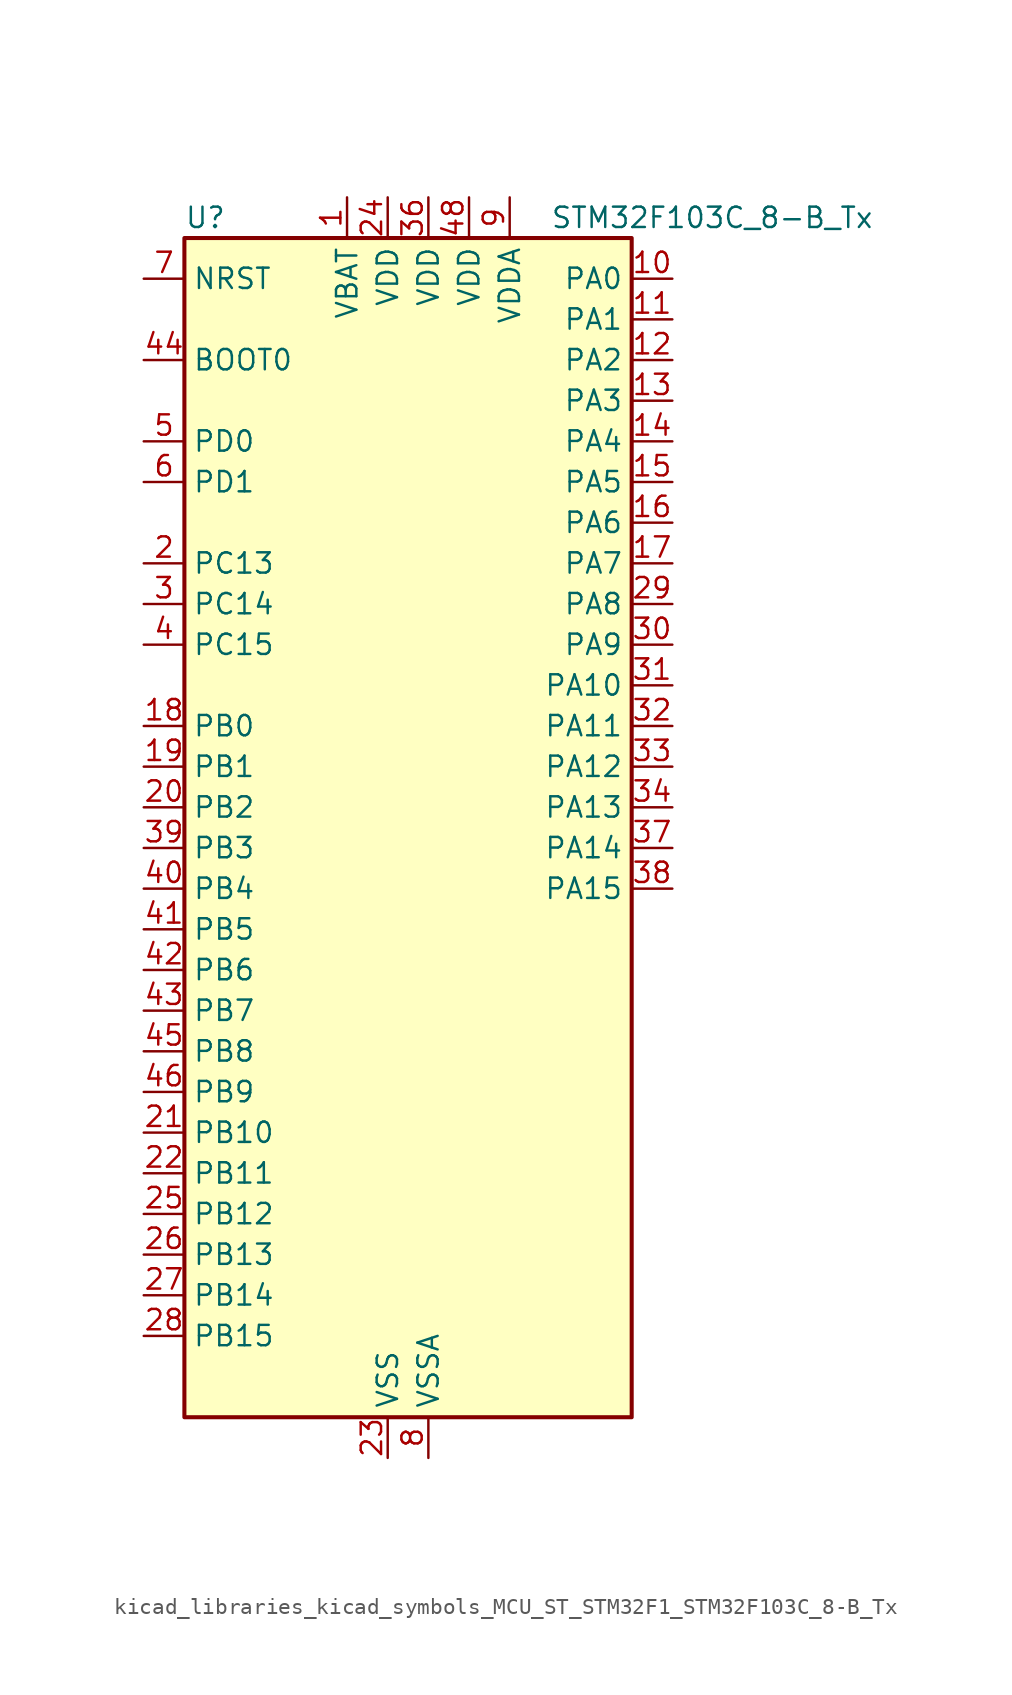
<source format=kicad_sym>
(kicad_symbol_lib
  (version 20220914)
  (generator kicad_symbol_editor)
  (symbol "kicad_libraries_kicad_symbols_MCU_ST_STM32F1_STM32F103C_8-B_Tx"
    (property "Reference" "U"
      (at -12.7 39.37 0)
      (effects (font (size 1.27 1.27)) (justify left)))
    (property "Value" "STM32F103C_8-B_Tx"
      (at 10.16 39.37 0)
      (effects (font (size 1.27 1.27)) (justify left)))
    (property "ki_locked" ""
      (at 0 0 0)
      (effects (font (size 1.27 1.27))))
    (symbol "kicad_libraries_kicad_symbols_MCU_ST_STM32F1_STM32F103C_8-B_Tx_0_1"
      (rectangle (start -12.7 -35.56) (end 15.24 38.1) (stroke (width 0.254) (type default)) (fill (type background))))
    (symbol "kicad_libraries_kicad_symbols_MCU_ST_STM32F1_STM32F103C_8-B_Tx_1_1"
      (pin power_in line (at -2.54 40.64 270) (length 2.54) (name "VBAT" (effects (font (size 1.27 1.27)))) (number "1" (effects (font (size 1.27 1.27)))))
      (pin bidirectional line (at 17.78 35.56 180) (length 2.54) (name "PA0" (effects (font (size 1.27 1.27)))) (number "10" (effects (font (size 1.27 1.27)))) (alternate "ADC1_IN0" bidirectional line) (alternate "ADC2_IN0" bidirectional line) (alternate "SYS_WKUP" bidirectional line) (alternate "TIM2_CH1" bidirectional line) (alternate "TIM2_ETR" bidirectional line) (alternate "USART2_CTS" bidirectional line))
      (pin bidirectional line (at 17.78 33.02 180) (length 2.54) (name "PA1" (effects (font (size 1.27 1.27)))) (number "11" (effects (font (size 1.27 1.27)))) (alternate "ADC1_IN1" bidirectional line) (alternate "ADC2_IN1" bidirectional line) (alternate "TIM2_CH2" bidirectional line) (alternate "USART2_RTS" bidirectional line))
      (pin bidirectional line (at 17.78 30.48 180) (length 2.54) (name "PA2" (effects (font (size 1.27 1.27)))) (number "12" (effects (font (size 1.27 1.27)))) (alternate "ADC1_IN2" bidirectional line) (alternate "ADC2_IN2" bidirectional line) (alternate "TIM2_CH3" bidirectional line) (alternate "USART2_TX" bidirectional line))
      (pin bidirectional line (at 17.78 27.94 180) (length 2.54) (name "PA3" (effects (font (size 1.27 1.27)))) (number "13" (effects (font (size 1.27 1.27)))) (alternate "ADC1_IN3" bidirectional line) (alternate "ADC2_IN3" bidirectional line) (alternate "TIM2_CH4" bidirectional line) (alternate "USART2_RX" bidirectional line))
      (pin bidirectional line (at 17.78 25.4 180) (length 2.54) (name "PA4" (effects (font (size 1.27 1.27)))) (number "14" (effects (font (size 1.27 1.27)))) (alternate "ADC1_IN4" bidirectional line) (alternate "ADC2_IN4" bidirectional line) (alternate "SPI1_NSS" bidirectional line) (alternate "USART2_CK" bidirectional line))
      (pin bidirectional line (at 17.78 22.86 180) (length 2.54) (name "PA5" (effects (font (size 1.27 1.27)))) (number "15" (effects (font (size 1.27 1.27)))) (alternate "ADC1_IN5" bidirectional line) (alternate "ADC2_IN5" bidirectional line) (alternate "SPI1_SCK" bidirectional line))
      (pin bidirectional line (at 17.78 20.32 180) (length 2.54) (name "PA6" (effects (font (size 1.27 1.27)))) (number "16" (effects (font (size 1.27 1.27)))) (alternate "ADC1_IN6" bidirectional line) (alternate "ADC2_IN6" bidirectional line) (alternate "SPI1_MISO" bidirectional line) (alternate "TIM1_BKIN" bidirectional line) (alternate "TIM3_CH1" bidirectional line))
      (pin bidirectional line (at 17.78 17.78 180) (length 2.54) (name "PA7" (effects (font (size 1.27 1.27)))) (number "17" (effects (font (size 1.27 1.27)))) (alternate "ADC1_IN7" bidirectional line) (alternate "ADC2_IN7" bidirectional line) (alternate "SPI1_MOSI" bidirectional line) (alternate "TIM1_CH1N" bidirectional line) (alternate "TIM3_CH2" bidirectional line))
      (pin bidirectional line (at -15.24 7.62 0) (length 2.54) (name "PB0" (effects (font (size 1.27 1.27)))) (number "18" (effects (font (size 1.27 1.27)))) (alternate "ADC1_IN8" bidirectional line) (alternate "ADC2_IN8" bidirectional line) (alternate "TIM1_CH2N" bidirectional line) (alternate "TIM3_CH3" bidirectional line))
      (pin bidirectional line (at -15.24 5.08 0) (length 2.54) (name "PB1" (effects (font (size 1.27 1.27)))) (number "19" (effects (font (size 1.27 1.27)))) (alternate "ADC1_IN9" bidirectional line) (alternate "ADC2_IN9" bidirectional line) (alternate "TIM1_CH3N" bidirectional line) (alternate "TIM3_CH4" bidirectional line))
      (pin bidirectional line (at -15.24 17.78 0) (length 2.54) (name "PC13" (effects (font (size 1.27 1.27)))) (number "2" (effects (font (size 1.27 1.27)))) (alternate "RTC_OUT" bidirectional line) (alternate "RTC_TAMPER" bidirectional line))
      (pin bidirectional line (at -15.24 2.54 0) (length 2.54) (name "PB2" (effects (font (size 1.27 1.27)))) (number "20" (effects (font (size 1.27 1.27)))))
      (pin bidirectional line (at -15.24 -17.78 0) (length 2.54) (name "PB10" (effects (font (size 1.27 1.27)))) (number "21" (effects (font (size 1.27 1.27)))) (alternate "I2C2_SCL" bidirectional line) (alternate "TIM2_CH3" bidirectional line) (alternate "USART3_TX" bidirectional line))
      (pin bidirectional line (at -15.24 -20.32 0) (length 2.54) (name "PB11" (effects (font (size 1.27 1.27)))) (number "22" (effects (font (size 1.27 1.27)))) (alternate "ADC1_EXTI11" bidirectional line) (alternate "ADC2_EXTI11" bidirectional line) (alternate "I2C2_SDA" bidirectional line) (alternate "TIM2_CH4" bidirectional line) (alternate "USART3_RX" bidirectional line))
      (pin power_in line (at 0 -38.1 90) (length 2.54) (name "VSS" (effects (font (size 1.27 1.27)))) (number "23" (effects (font (size 1.27 1.27)))))
      (pin power_in line (at 0 40.64 270) (length 2.54) (name "VDD" (effects (font (size 1.27 1.27)))) (number "24" (effects (font (size 1.27 1.27)))))
      (pin bidirectional line (at -15.24 -22.86 0) (length 2.54) (name "PB12" (effects (font (size 1.27 1.27)))) (number "25" (effects (font (size 1.27 1.27)))) (alternate "I2C2_SMBA" bidirectional line) (alternate "SPI2_NSS" bidirectional line) (alternate "TIM1_BKIN" bidirectional line) (alternate "USART3_CK" bidirectional line))
      (pin bidirectional line (at -15.24 -25.4 0) (length 2.54) (name "PB13" (effects (font (size 1.27 1.27)))) (number "26" (effects (font (size 1.27 1.27)))) (alternate "SPI2_SCK" bidirectional line) (alternate "TIM1_CH1N" bidirectional line) (alternate "USART3_CTS" bidirectional line))
      (pin bidirectional line (at -15.24 -27.94 0) (length 2.54) (name "PB14" (effects (font (size 1.27 1.27)))) (number "27" (effects (font (size 1.27 1.27)))) (alternate "SPI2_MISO" bidirectional line) (alternate "TIM1_CH2N" bidirectional line) (alternate "USART3_RTS" bidirectional line))
      (pin bidirectional line (at -15.24 -30.48 0) (length 2.54) (name "PB15" (effects (font (size 1.27 1.27)))) (number "28" (effects (font (size 1.27 1.27)))) (alternate "ADC1_EXTI15" bidirectional line) (alternate "ADC2_EXTI15" bidirectional line) (alternate "SPI2_MOSI" bidirectional line) (alternate "TIM1_CH3N" bidirectional line))
      (pin bidirectional line (at 17.78 15.24 180) (length 2.54) (name "PA8" (effects (font (size 1.27 1.27)))) (number "29" (effects (font (size 1.27 1.27)))) (alternate "RCC_MCO" bidirectional line) (alternate "TIM1_CH1" bidirectional line) (alternate "USART1_CK" bidirectional line))
      (pin bidirectional line (at -15.24 15.24 0) (length 2.54) (name "PC14" (effects (font (size 1.27 1.27)))) (number "3" (effects (font (size 1.27 1.27)))) (alternate "RCC_OSC32_IN" bidirectional line))
      (pin bidirectional line (at 17.78 12.7 180) (length 2.54) (name "PA9" (effects (font (size 1.27 1.27)))) (number "30" (effects (font (size 1.27 1.27)))) (alternate "TIM1_CH2" bidirectional line) (alternate "USART1_TX" bidirectional line))
      (pin bidirectional line (at 17.78 10.16 180) (length 2.54) (name "PA10" (effects (font (size 1.27 1.27)))) (number "31" (effects (font (size 1.27 1.27)))) (alternate "TIM1_CH3" bidirectional line) (alternate "USART1_RX" bidirectional line))
      (pin bidirectional line (at 17.78 7.62 180) (length 2.54) (name "PA11" (effects (font (size 1.27 1.27)))) (number "32" (effects (font (size 1.27 1.27)))) (alternate "ADC1_EXTI11" bidirectional line) (alternate "ADC2_EXTI11" bidirectional line) (alternate "CAN_RX" bidirectional line) (alternate "TIM1_CH4" bidirectional line) (alternate "USART1_CTS" bidirectional line) (alternate "USB_DM" bidirectional line))
      (pin bidirectional line (at 17.78 5.08 180) (length 2.54) (name "PA12" (effects (font (size 1.27 1.27)))) (number "33" (effects (font (size 1.27 1.27)))) (alternate "CAN_TX" bidirectional line) (alternate "TIM1_ETR" bidirectional line) (alternate "USART1_RTS" bidirectional line) (alternate "USB_DP" bidirectional line))
      (pin bidirectional line (at 17.78 2.54 180) (length 2.54) (name "PA13" (effects (font (size 1.27 1.27)))) (number "34" (effects (font (size 1.27 1.27)))) (alternate "SYS_JTMS-SWDIO" bidirectional line))
      (pin passive line (at 0 -38.1 90) (length 2.54) hide (name "VSS" (effects (font (size 1.27 1.27)))) (number "35" (effects (font (size 1.27 1.27)))))
      (pin power_in line (at 2.54 40.64 270) (length 2.54) (name "VDD" (effects (font (size 1.27 1.27)))) (number "36" (effects (font (size 1.27 1.27)))))
      (pin bidirectional line (at 17.78 0 180) (length 2.54) (name "PA14" (effects (font (size 1.27 1.27)))) (number "37" (effects (font (size 1.27 1.27)))) (alternate "SYS_JTCK-SWCLK" bidirectional line))
      (pin bidirectional line (at 17.78 -2.54 180) (length 2.54) (name "PA15" (effects (font (size 1.27 1.27)))) (number "38" (effects (font (size 1.27 1.27)))) (alternate "ADC1_EXTI15" bidirectional line) (alternate "ADC2_EXTI15" bidirectional line) (alternate "SPI1_NSS" bidirectional line) (alternate "SYS_JTDI" bidirectional line) (alternate "TIM2_CH1" bidirectional line) (alternate "TIM2_ETR" bidirectional line))
      (pin bidirectional line (at -15.24 0 0) (length 2.54) (name "PB3" (effects (font (size 1.27 1.27)))) (number "39" (effects (font (size 1.27 1.27)))) (alternate "SPI1_SCK" bidirectional line) (alternate "SYS_JTDO-TRACESWO" bidirectional line) (alternate "TIM2_CH2" bidirectional line))
      (pin bidirectional line (at -15.24 12.7 0) (length 2.54) (name "PC15" (effects (font (size 1.27 1.27)))) (number "4" (effects (font (size 1.27 1.27)))) (alternate "ADC1_EXTI15" bidirectional line) (alternate "ADC2_EXTI15" bidirectional line) (alternate "RCC_OSC32_OUT" bidirectional line))
      (pin bidirectional line (at -15.24 -2.54 0) (length 2.54) (name "PB4" (effects (font (size 1.27 1.27)))) (number "40" (effects (font (size 1.27 1.27)))) (alternate "SPI1_MISO" bidirectional line) (alternate "SYS_NJTRST" bidirectional line) (alternate "TIM3_CH1" bidirectional line))
      (pin bidirectional line (at -15.24 -5.08 0) (length 2.54) (name "PB5" (effects (font (size 1.27 1.27)))) (number "41" (effects (font (size 1.27 1.27)))) (alternate "I2C1_SMBA" bidirectional line) (alternate "SPI1_MOSI" bidirectional line) (alternate "TIM3_CH2" bidirectional line))
      (pin bidirectional line (at -15.24 -7.62 0) (length 2.54) (name "PB6" (effects (font (size 1.27 1.27)))) (number "42" (effects (font (size 1.27 1.27)))) (alternate "I2C1_SCL" bidirectional line) (alternate "TIM4_CH1" bidirectional line) (alternate "USART1_TX" bidirectional line))
      (pin bidirectional line (at -15.24 -10.16 0) (length 2.54) (name "PB7" (effects (font (size 1.27 1.27)))) (number "43" (effects (font (size 1.27 1.27)))) (alternate "I2C1_SDA" bidirectional line) (alternate "TIM4_CH2" bidirectional line) (alternate "USART1_RX" bidirectional line))
      (pin input line (at -15.24 30.48 0) (length 2.54) (name "BOOT0" (effects (font (size 1.27 1.27)))) (number "44" (effects (font (size 1.27 1.27)))))
      (pin bidirectional line (at -15.24 -12.7 0) (length 2.54) (name "PB8" (effects (font (size 1.27 1.27)))) (number "45" (effects (font (size 1.27 1.27)))) (alternate "CAN_RX" bidirectional line) (alternate "I2C1_SCL" bidirectional line) (alternate "TIM4_CH3" bidirectional line))
      (pin bidirectional line (at -15.24 -15.24 0) (length 2.54) (name "PB9" (effects (font (size 1.27 1.27)))) (number "46" (effects (font (size 1.27 1.27)))) (alternate "CAN_TX" bidirectional line) (alternate "I2C1_SDA" bidirectional line) (alternate "TIM4_CH4" bidirectional line))
      (pin passive line (at 0 -38.1 90) (length 2.54) hide (name "VSS" (effects (font (size 1.27 1.27)))) (number "47" (effects (font (size 1.27 1.27)))))
      (pin power_in line (at 5.08 40.64 270) (length 2.54) (name "VDD" (effects (font (size 1.27 1.27)))) (number "48" (effects (font (size 1.27 1.27)))))
      (pin bidirectional line (at -15.24 25.4 0) (length 2.54) (name "PD0" (effects (font (size 1.27 1.27)))) (number "5" (effects (font (size 1.27 1.27)))) (alternate "RCC_OSC_IN" bidirectional line))
      (pin bidirectional line (at -15.24 22.86 0) (length 2.54) (name "PD1" (effects (font (size 1.27 1.27)))) (number "6" (effects (font (size 1.27 1.27)))) (alternate "RCC_OSC_OUT" bidirectional line))
      (pin input line (at -15.24 35.56 0) (length 2.54) (name "NRST" (effects (font (size 1.27 1.27)))) (number "7" (effects (font (size 1.27 1.27)))))
      (pin power_in line (at 2.54 -38.1 90) (length 2.54) (name "VSSA" (effects (font (size 1.27 1.27)))) (number "8" (effects (font (size 1.27 1.27)))))
      (pin power_in line (at 7.62 40.64 270) (length 2.54) (name "VDDA" (effects (font (size 1.27 1.27)))) (number "9" (effects (font (size 1.27 1.27))))))))
</source>
